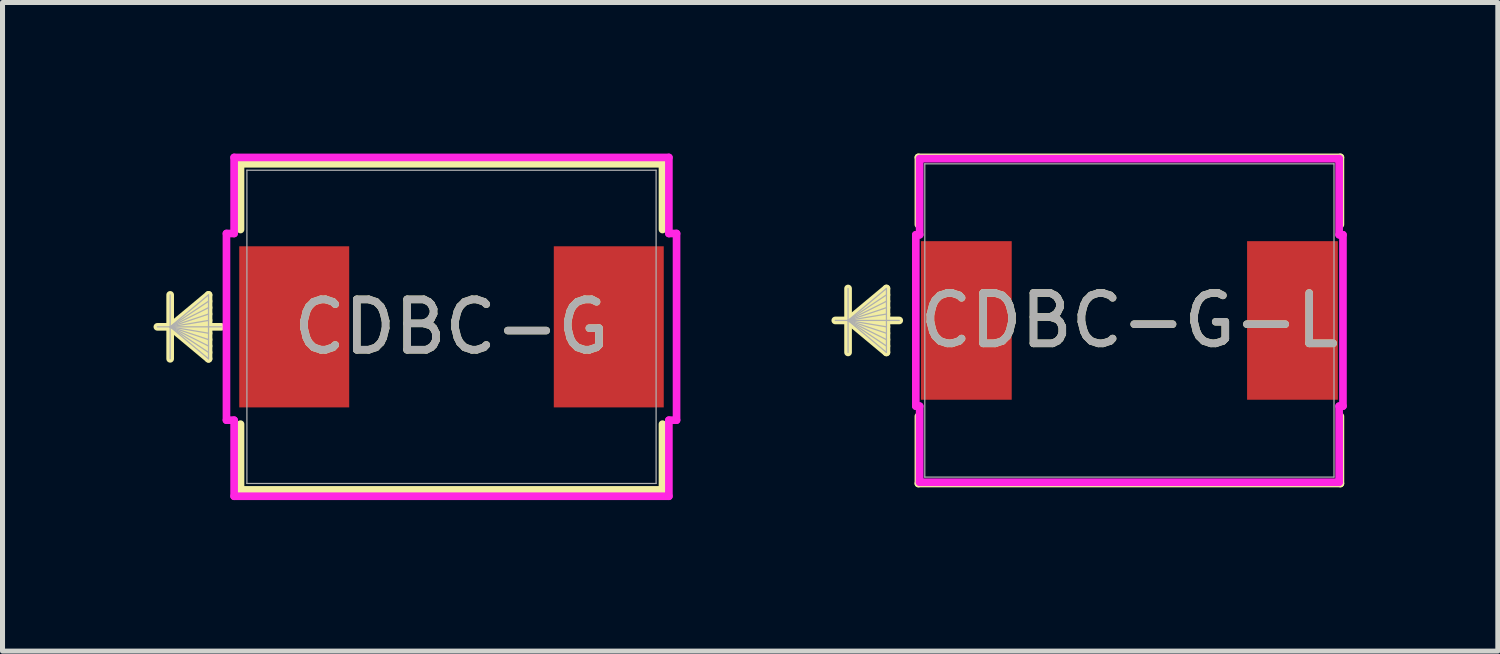
<source format=kicad_pcb>
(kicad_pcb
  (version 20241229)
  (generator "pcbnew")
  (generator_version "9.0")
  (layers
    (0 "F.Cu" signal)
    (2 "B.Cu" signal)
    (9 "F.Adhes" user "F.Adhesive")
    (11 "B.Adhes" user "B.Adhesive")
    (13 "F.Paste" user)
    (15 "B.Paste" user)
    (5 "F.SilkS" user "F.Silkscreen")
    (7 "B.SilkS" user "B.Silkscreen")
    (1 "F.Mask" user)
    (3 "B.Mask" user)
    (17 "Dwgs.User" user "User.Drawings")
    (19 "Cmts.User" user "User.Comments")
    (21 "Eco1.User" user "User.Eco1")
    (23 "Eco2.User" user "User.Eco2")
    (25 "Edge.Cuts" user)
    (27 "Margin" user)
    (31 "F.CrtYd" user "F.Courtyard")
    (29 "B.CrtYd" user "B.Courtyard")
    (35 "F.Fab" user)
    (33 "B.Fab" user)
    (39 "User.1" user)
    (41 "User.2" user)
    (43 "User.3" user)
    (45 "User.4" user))
  (footprint "CDBC-G"
    (layer "F.Cu")
    (at 5.918 3.442)
    (property "Reference" "CDBC-G" (at 0 0 0) (unlocked yes) (layer "F.SilkS") (effects (font (size 1 1) (thickness 0.15))))
    (attr smd)
    (fp_line (start -5.588 -0.635) (end -5.588 0.635) (stroke (width 0.152) (type solid)) (layer "F.SilkS"))
    (fp_line (start -5.588 0) (end -4.826 -0.635) (stroke (width 0.152) (type solid)) (layer "F.SilkS"))
    (fp_line (start -5.588 0) (end -4.826 -0.508) (stroke (width 0.152) (type solid)) (layer "F.SilkS"))
    (fp_line (start -5.588 0) (end -4.826 -0.381) (stroke (width 0.152) (type solid)) (layer "F.SilkS"))
    (fp_line (start -5.588 0) (end -4.826 -0.254) (stroke (width 0.152) (type solid)) (layer "F.SilkS"))
    (fp_line (start -5.588 0) (end -4.826 -0.127) (stroke (width 0.152) (type solid)) (layer "F.SilkS"))
    (fp_line (start -5.588 0) (end -4.826 0.127) (stroke (width 0.152) (type solid)) (layer "F.SilkS"))
    (fp_line (start -5.588 0) (end -4.826 0.254) (stroke (width 0.152) (type solid)) (layer "F.SilkS"))
    (fp_line (start -5.588 0) (end -4.826 0.381) (stroke (width 0.152) (type solid)) (layer "F.SilkS"))
    (fp_line (start -5.588 0) (end -4.826 0.508) (stroke (width 0.152) (type solid)) (layer "F.SilkS"))
    (fp_line (start -5.588 0) (end -4.826 0.635) (stroke (width 0.152) (type solid)) (layer "F.SilkS"))
    (fp_line (start -4.826 -0.635) (end -4.826 0.635) (stroke (width 0.152) (type solid)) (layer "F.SilkS"))
    (fp_line (start -4.572 0) (end -5.842 0) (stroke (width 0.152) (type solid)) (layer "F.SilkS"))
    (fp_line (start -4.191 -3.239) (end -4.191 -1.933) (stroke (width 0.152) (type solid)) (layer "F.SilkS"))
    (fp_line (start -4.191 1.933) (end -4.191 3.239) (stroke (width 0.152) (type solid)) (layer "F.SilkS"))
    (fp_line (start -4.191 3.239) (end 4.191 3.239) (stroke (width 0.152) (type solid)) (layer "F.SilkS"))
    (fp_line (start 4.191 -3.239) (end -4.191 -3.239) (stroke (width 0.152) (type solid)) (layer "F.SilkS"))
    (fp_line (start 4.191 -1.933) (end 4.191 -3.239) (stroke (width 0.152) (type solid)) (layer "F.SilkS"))
    (fp_line (start 4.191 3.239) (end 4.191 1.933) (stroke (width 0.152) (type solid)) (layer "F.SilkS"))
    (fp_line (start -4.47 -1.854) (end -4.318 -1.854) (stroke (width 0.152) (type solid)) (layer "F.CrtYd"))
    (fp_line (start -4.47 1.854) (end -4.47 -1.854) (stroke (width 0.152) (type solid)) (layer "F.CrtYd"))
    (fp_line (start -4.318 -3.365) (end 4.318 -3.365) (stroke (width 0.152) (type solid)) (layer "F.CrtYd"))
    (fp_line (start -4.318 -1.854) (end -4.318 -3.365) (stroke (width 0.152) (type solid)) (layer "F.CrtYd"))
    (fp_line (start -4.318 1.854) (end -4.47 1.854) (stroke (width 0.152) (type solid)) (layer "F.CrtYd"))
    (fp_line (start -4.318 3.365) (end -4.318 1.854) (stroke (width 0.152) (type solid)) (layer "F.CrtYd"))
    (fp_line (start 4.318 -3.365) (end 4.318 -1.854) (stroke (width 0.152) (type solid)) (layer "F.CrtYd"))
    (fp_line (start 4.318 -1.854) (end 4.47 -1.854) (stroke (width 0.152) (type solid)) (layer "F.CrtYd"))
    (fp_line (start 4.318 1.854) (end 4.318 3.365) (stroke (width 0.152) (type solid)) (layer "F.CrtYd"))
    (fp_line (start 4.318 3.365) (end -4.318 3.365) (stroke (width 0.152) (type solid)) (layer "F.CrtYd"))
    (fp_line (start 4.47 -1.854) (end 4.47 1.854) (stroke (width 0.152) (type solid)) (layer "F.CrtYd"))
    (fp_line (start 4.47 1.854) (end 4.318 1.854) (stroke (width 0.152) (type solid)) (layer "F.CrtYd"))
    (fp_line (start -5.588 -0.635) (end -5.588 0.635) (stroke (width 0.025) (type solid)) (layer "F.Fab"))
    (fp_line (start -5.588 0) (end -4.826 -0.635) (stroke (width 0.025) (type solid)) (layer "F.Fab"))
    (fp_line (start -5.588 0) (end -4.826 -0.508) (stroke (width 0.025) (type solid)) (layer "F.Fab"))
    (fp_line (start -5.588 0) (end -4.826 -0.381) (stroke (width 0.025) (type solid)) (layer "F.Fab"))
    (fp_line (start -5.588 0) (end -4.826 -0.254) (stroke (width 0.025) (type solid)) (layer "F.Fab"))
    (fp_line (start -5.588 0) (end -4.826 -0.127) (stroke (width 0.025) (type solid)) (layer "F.Fab"))
    (fp_line (start -5.588 0) (end -4.826 0.127) (stroke (width 0.025) (type solid)) (layer "F.Fab"))
    (fp_line (start -5.588 0) (end -4.826 0.254) (stroke (width 0.025) (type solid)) (layer "F.Fab"))
    (fp_line (start -5.588 0) (end -4.826 0.381) (stroke (width 0.025) (type solid)) (layer "F.Fab"))
    (fp_line (start -5.588 0) (end -4.826 0.508) (stroke (width 0.025) (type solid)) (layer "F.Fab"))
    (fp_line (start -5.588 0) (end -4.826 0.635) (stroke (width 0.025) (type solid)) (layer "F.Fab"))
    (fp_line (start -4.826 -0.635) (end -4.826 0.635) (stroke (width 0.025) (type solid)) (layer "F.Fab"))
    (fp_line (start -4.572 0) (end -5.842 0) (stroke (width 0.025) (type solid)) (layer "F.Fab"))
    (fp_line (start -4.064 -3.111) (end -4.064 3.111) (stroke (width 0.025) (type solid)) (layer "F.Fab"))
    (fp_line (start -4.064 3.111) (end 4.064 3.111) (stroke (width 0.025) (type solid)) (layer "F.Fab"))
    (fp_line (start 4.064 -3.111) (end -4.064 -3.111) (stroke (width 0.025) (type solid)) (layer "F.Fab"))
    (fp_line (start 4.064 3.111) (end 4.064 -3.111) (stroke (width 0.025) (type solid)) (layer "F.Fab"))
    (fp_text user "${REFERENCE}" (at 0 0 0) (unlocked yes) (layer "F.Fab") (effects (font (size 1 1) (thickness 0.15))))
    (pad "1" smd rect (at -3.124 0 90) (size 3.2 2.184) (layers "F.Cu" "F.Mask" "F.Paste"))
    (pad "2" smd rect (at 3.124 0 90) (size 3.2 2.184) (layers "F.Cu" "F.Mask" "F.Paste"))
    (zone (net_name "") (layer "F.Cu") (hatch full 0.508) (connect_pads) (min_thickness 0.254) (filled_areas_thickness no) (keepout (tracks not_allowed) (vias not_allowed) (pads allowed) (copperpour not_allowed) (footprints allowed)) (placement (enabled no)) (fill) (polygon (pts (xy 1.905 0.381) (xy 9.931 0.381) (xy 9.931 1.791) (xy 1.905 1.791))))
    (zone (net_name "") (layer "F.Cu") (hatch full 0.508) (connect_pads) (min_thickness 0.254) (filled_areas_thickness no) (keepout (tracks not_allowed) (vias not_allowed) (pads allowed) (copperpour not_allowed) (footprints allowed)) (placement (enabled no)) (fill) (polygon (pts (xy 1.905 5.093) (xy 9.931 5.093) (xy 9.931 6.502) (xy 1.905 6.502))))
    (zone (net_name "") (layer "F.Cu") (hatch full 0.508) (connect_pads) (min_thickness 0.254) (filled_areas_thickness no) (keepout (tracks not_allowed) (vias not_allowed) (pads allowed) (copperpour not_allowed) (footprints allowed)) (placement (enabled no)) (fill) (polygon (pts (xy 3.937 1.791) (xy 7.899 1.791) (xy 7.899 5.093) (xy 3.937 5.093)))))
  (footprint "CDBC-G-L"
    (layer "F.Cu")
    (at 19.383 3.315)
    (property "Reference" "CDBC-G-L" (at 0 0 0) (unlocked yes) (layer "F.SilkS") (effects (font (size 1 1) (thickness 0.15))))
    (attr smd)
    (fp_line (start -5.588 -0.635) (end -5.588 0.635) (stroke (width 0.152) (type solid)) (layer "F.SilkS"))
    (fp_line (start -5.588 0) (end -4.826 -0.635) (stroke (width 0.152) (type solid)) (layer "F.SilkS"))
    (fp_line (start -5.588 0) (end -4.826 -0.508) (stroke (width 0.152) (type solid)) (layer "F.SilkS"))
    (fp_line (start -5.588 0) (end -4.826 -0.381) (stroke (width 0.152) (type solid)) (layer "F.SilkS"))
    (fp_line (start -5.588 0) (end -4.826 -0.254) (stroke (width 0.152) (type solid)) (layer "F.SilkS"))
    (fp_line (start -5.588 0) (end -4.826 -0.127) (stroke (width 0.152) (type solid)) (layer "F.SilkS"))
    (fp_line (start -5.588 0) (end -4.826 0.127) (stroke (width 0.152) (type solid)) (layer "F.SilkS"))
    (fp_line (start -5.588 0) (end -4.826 0.254) (stroke (width 0.152) (type solid)) (layer "F.SilkS"))
    (fp_line (start -5.588 0) (end -4.826 0.381) (stroke (width 0.152) (type solid)) (layer "F.SilkS"))
    (fp_line (start -5.588 0) (end -4.826 0.508) (stroke (width 0.152) (type solid)) (layer "F.SilkS"))
    (fp_line (start -5.588 0) (end -4.826 0.635) (stroke (width 0.152) (type solid)) (layer "F.SilkS"))
    (fp_line (start -4.826 -0.635) (end -4.826 0.635) (stroke (width 0.152) (type solid)) (layer "F.SilkS"))
    (fp_line (start -4.572 0) (end -5.842 0) (stroke (width 0.152) (type solid)) (layer "F.SilkS"))
    (fp_line (start -4.191 -3.239) (end -4.191 -1.904) (stroke (width 0.152) (type solid)) (layer "F.SilkS"))
    (fp_line (start -4.191 1.904) (end -4.191 3.239) (stroke (width 0.152) (type solid)) (layer "F.SilkS"))
    (fp_line (start -4.191 3.239) (end 4.191 3.239) (stroke (width 0.152) (type solid)) (layer "F.SilkS"))
    (fp_line (start 4.191 -3.239) (end -4.191 -3.239) (stroke (width 0.152) (type solid)) (layer "F.SilkS"))
    (fp_line (start 4.191 -1.904) (end 4.191 -3.239) (stroke (width 0.152) (type solid)) (layer "F.SilkS"))
    (fp_line (start 4.191 3.239) (end 4.191 1.904) (stroke (width 0.152) (type solid)) (layer "F.SilkS"))
    (fp_line (start -4.242 -1.702) (end -4.166 -1.702) (stroke (width 0.152) (type solid)) (layer "F.CrtYd"))
    (fp_line (start -4.242 1.702) (end -4.242 -1.702) (stroke (width 0.152) (type solid)) (layer "F.CrtYd"))
    (fp_line (start -4.166 -3.213) (end 4.166 -3.213) (stroke (width 0.152) (type solid)) (layer "F.CrtYd"))
    (fp_line (start -4.166 -1.702) (end -4.166 -3.213) (stroke (width 0.152) (type solid)) (layer "F.CrtYd"))
    (fp_line (start -4.166 1.702) (end -4.242 1.702) (stroke (width 0.152) (type solid)) (layer "F.CrtYd"))
    (fp_line (start -4.166 3.213) (end -4.166 1.702) (stroke (width 0.152) (type solid)) (layer "F.CrtYd"))
    (fp_line (start 4.166 -3.213) (end 4.166 -1.702) (stroke (width 0.152) (type solid)) (layer "F.CrtYd"))
    (fp_line (start 4.166 -1.702) (end 4.242 -1.702) (stroke (width 0.152) (type solid)) (layer "F.CrtYd"))
    (fp_line (start 4.166 1.702) (end 4.166 3.213) (stroke (width 0.152) (type solid)) (layer "F.CrtYd"))
    (fp_line (start 4.166 3.213) (end -4.166 3.213) (stroke (width 0.152) (type solid)) (layer "F.CrtYd"))
    (fp_line (start 4.242 -1.702) (end 4.242 1.702) (stroke (width 0.152) (type solid)) (layer "F.CrtYd"))
    (fp_line (start 4.242 1.702) (end 4.166 1.702) (stroke (width 0.152) (type solid)) (layer "F.CrtYd"))
    (fp_line (start -5.588 -0.635) (end -5.588 0.635) (stroke (width 0.025) (type solid)) (layer "F.Fab"))
    (fp_line (start -5.588 0) (end -4.826 -0.635) (stroke (width 0.025) (type solid)) (layer "F.Fab"))
    (fp_line (start -5.588 0) (end -4.826 -0.508) (stroke (width 0.025) (type solid)) (layer "F.Fab"))
    (fp_line (start -5.588 0) (end -4.826 -0.381) (stroke (width 0.025) (type solid)) (layer "F.Fab"))
    (fp_line (start -5.588 0) (end -4.826 -0.254) (stroke (width 0.025) (type solid)) (layer "F.Fab"))
    (fp_line (start -5.588 0) (end -4.826 -0.127) (stroke (width 0.025) (type solid)) (layer "F.Fab"))
    (fp_line (start -5.588 0) (end -4.826 0.127) (stroke (width 0.025) (type solid)) (layer "F.Fab"))
    (fp_line (start -5.588 0) (end -4.826 0.254) (stroke (width 0.025) (type solid)) (layer "F.Fab"))
    (fp_line (start -5.588 0) (end -4.826 0.381) (stroke (width 0.025) (type solid)) (layer "F.Fab"))
    (fp_line (start -5.588 0) (end -4.826 0.508) (stroke (width 0.025) (type solid)) (layer "F.Fab"))
    (fp_line (start -5.588 0) (end -4.826 0.635) (stroke (width 0.025) (type solid)) (layer "F.Fab"))
    (fp_line (start -4.826 -0.635) (end -4.826 0.635) (stroke (width 0.025) (type solid)) (layer "F.Fab"))
    (fp_line (start -4.572 0) (end -5.842 0) (stroke (width 0.025) (type solid)) (layer "F.Fab"))
    (fp_line (start -4.064 -3.111) (end -4.064 3.111) (stroke (width 0.025) (type solid)) (layer "F.Fab"))
    (fp_line (start -4.064 3.111) (end 4.064 3.111) (stroke (width 0.025) (type solid)) (layer "F.Fab"))
    (fp_line (start 4.064 -3.111) (end -4.064 -3.111) (stroke (width 0.025) (type solid)) (layer "F.Fab"))
    (fp_line (start 4.064 3.111) (end 4.064 -3.111) (stroke (width 0.025) (type solid)) (layer "F.Fab"))
    (fp_text user "${REFERENCE}" (at 0 0 0) (unlocked yes) (layer "F.Fab") (effects (font (size 1 1) (thickness 0.15))))
    (pad "1" smd rect (at -3.239 0 90) (size 3.15 1.803) (layers "F.Cu" "F.Mask" "F.Paste"))
    (pad "2" smd rect (at 3.239 0 90) (size 3.15 1.803) (layers "F.Cu" "F.Mask" "F.Paste"))
    (zone (net_name "") (layer "F.Cu") (hatch full 0.508) (connect_pads) (min_thickness 0.254) (filled_areas_thickness no) (keepout (tracks not_allowed) (vias not_allowed) (pads allowed) (copperpour not_allowed) (footprints allowed)) (placement (enabled no)) (fill) (polygon (pts (xy 15.37 0.254) (xy 23.396 0.254) (xy 23.396 1.664) (xy 15.37 1.664))))
    (zone (net_name "") (layer "F.Cu") (hatch full 0.508) (connect_pads) (min_thickness 0.254) (filled_areas_thickness no) (keepout (tracks not_allowed) (vias not_allowed) (pads allowed) (copperpour not_allowed) (footprints allowed)) (placement (enabled no)) (fill) (polygon (pts (xy 15.37 4.966) (xy 23.396 4.966) (xy 23.396 6.375) (xy 15.37 6.375))))
    (zone (net_name "") (layer "F.Cu") (hatch full 0.508) (connect_pads) (min_thickness 0.254) (filled_areas_thickness no) (keepout (tracks not_allowed) (vias not_allowed) (pads allowed) (copperpour not_allowed) (footprints allowed)) (placement (enabled no)) (fill) (polygon (pts (xy 17.097 1.664) (xy 21.669 1.664) (xy 21.669 4.966) (xy 17.097 4.966)))))
  (gr_rect
    (start -3 -3)
    (end 26.701 9.883)
    (stroke (width 0.1) (type default))
    (fill no)
    (layer "Edge.Cuts")))
</source>
